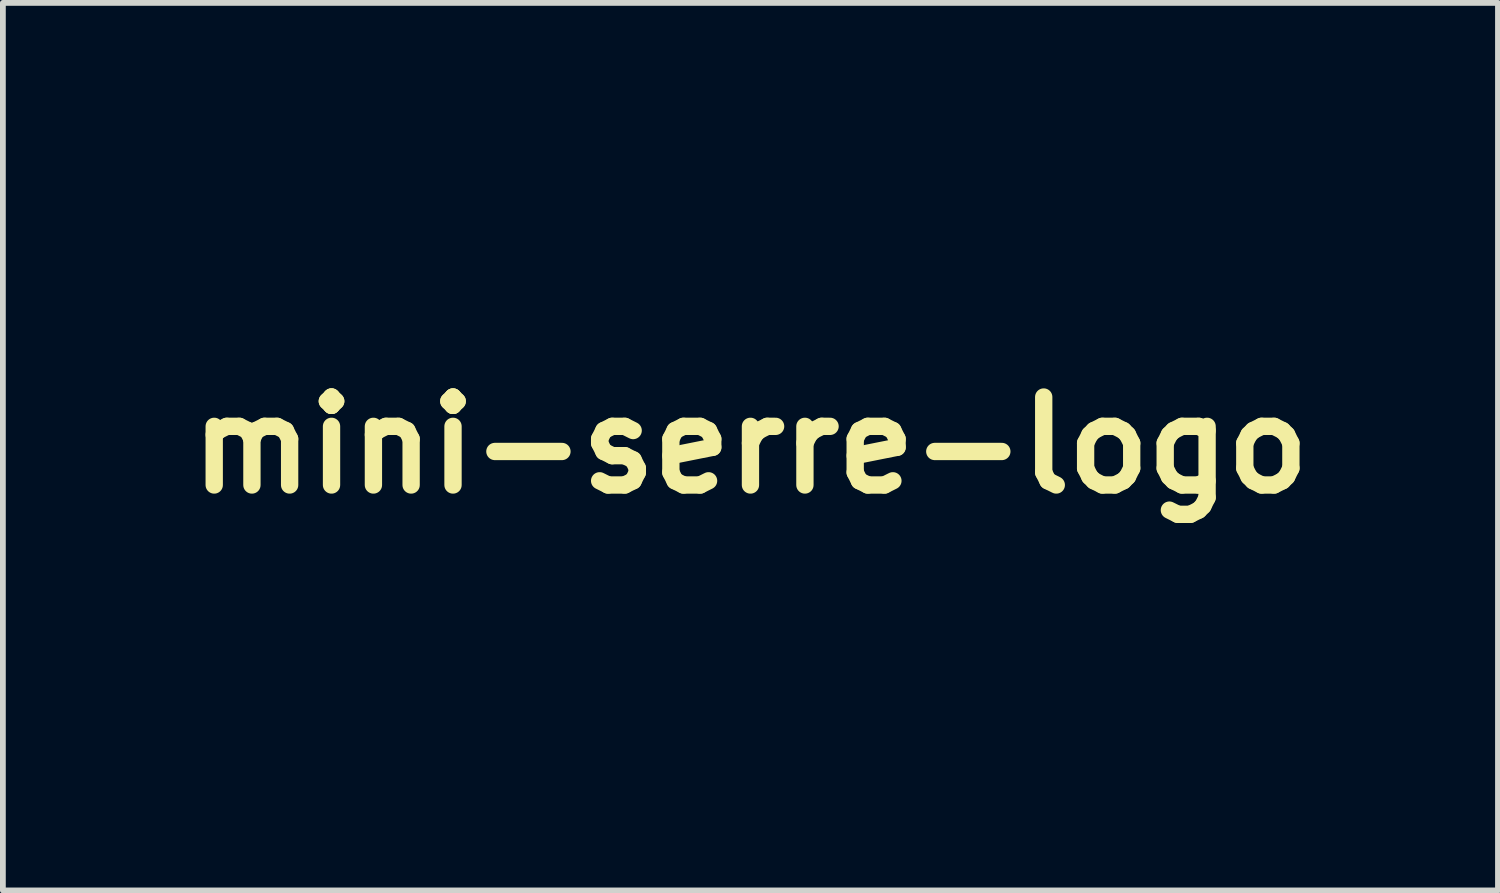
<source format=kicad_pcb>
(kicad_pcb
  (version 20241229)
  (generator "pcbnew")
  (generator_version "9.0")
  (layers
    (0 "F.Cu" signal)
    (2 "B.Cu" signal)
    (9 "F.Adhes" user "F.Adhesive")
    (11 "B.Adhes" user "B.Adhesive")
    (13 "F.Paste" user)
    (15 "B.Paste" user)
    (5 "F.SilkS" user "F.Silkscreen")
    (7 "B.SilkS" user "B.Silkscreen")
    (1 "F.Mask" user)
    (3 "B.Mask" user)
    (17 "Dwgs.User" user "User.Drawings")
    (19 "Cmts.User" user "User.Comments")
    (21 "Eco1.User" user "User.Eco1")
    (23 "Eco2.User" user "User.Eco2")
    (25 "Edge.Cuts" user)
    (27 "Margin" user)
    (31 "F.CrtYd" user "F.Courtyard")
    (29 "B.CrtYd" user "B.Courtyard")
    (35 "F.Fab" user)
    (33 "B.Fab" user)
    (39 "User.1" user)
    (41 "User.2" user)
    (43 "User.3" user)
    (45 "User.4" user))
  (footprint "mini-serre-logo"
    (layer "F.Cu")
    (at 9.95 4.662)
    (property "Reference" "mini-serre-logo" (at 0 0 0) (layer "F.SilkS") (effects (font (size 1.524 1.524) (thickness 0.3))))
    (attr through_hole)
    (fp_poly (pts (xy 2.18 0.064) (xy 1.905 0.064) (xy 1.905 -0.169) (xy 1.968 -0.169) (xy 1.968 0) (xy 2.138 0) (xy 2.138 -0.169) (xy 1.968 -0.169) (xy 1.905 -0.169) (xy 1.905 -0.212) (xy 2.18 -0.212) (xy 2.18 0.064)) (stroke (width 0.01) (type solid)) (fill yes) (layer "F.Mask"))
    (fp_poly (pts (xy -2.831 3.73) (xy -2.699 3.736) (xy -2.692 3.868) (xy -2.686 4) (xy -2.963 4) (xy -2.963 3.789) (xy -2.921 3.789) (xy -2.921 3.958) (xy -2.752 3.958) (xy -2.752 3.789) (xy -2.921 3.789) (xy -2.963 3.789) (xy -2.963 3.723) (xy -2.831 3.73)) (stroke (width 0.01) (type solid)) (fill yes) (layer "F.Mask"))
    (fp_poly (pts (xy 2.9 2.032) (xy 2.625 2.032) (xy 2.625 1.884) (xy 2.688 1.884) (xy 2.69 1.938) (xy 2.704 1.962) (xy 2.74 1.968) (xy 2.762 1.968) (xy 2.81 1.966) (xy 2.831 1.95) (xy 2.836 1.909) (xy 2.836 1.884) (xy 2.834 1.83) (xy 2.82 1.806) (xy 2.784 1.799) (xy 2.762 1.799) (xy 2.715 1.802) (xy 2.694 1.818) (xy 2.688 1.859) (xy 2.688 1.884) (xy 2.625 1.884) (xy 2.625 1.757) (xy 2.9 1.757) (xy 2.9 2.032)) (stroke (width 0.01) (type solid)) (fill yes) (layer "F.Mask"))
    (fp_poly (pts (xy 3.45 -2.944) (xy 3.561 -2.938) (xy 3.672 -2.932) (xy 3.679 -2.799) (xy 3.685 -2.667) (xy 3.45 -2.667) (xy 3.45 -2.434) (xy 3.175 -2.434) (xy 3.175 -2.646) (xy 3.239 -2.646) (xy 3.239 -2.477) (xy 3.408 -2.477) (xy 3.408 -2.646) (xy 3.239 -2.646) (xy 3.175 -2.646) (xy 2.963 -2.646) (xy 2.963 -2.879) (xy 3.006 -2.879) (xy 3.006 -2.709) (xy 3.175 -2.709) (xy 3.175 -2.879) (xy 3.239 -2.879) (xy 3.239 -2.709) (xy 3.408 -2.709) (xy 3.408 -2.879) (xy 3.45 -2.879) (xy 3.45 -2.709) (xy 3.619 -2.709) (xy 3.619 -2.879) (xy 3.45 -2.879) (xy 3.408 -2.879) (xy 3.239 -2.879) (xy 3.175 -2.879) (xy 3.006 -2.879) (xy 2.963 -2.879) (xy 2.963 -2.921) (xy 3.175 -2.921) (xy 3.175 -3.111) (xy 3.239 -3.111) (xy 3.239 -2.942) (xy 3.408 -2.942) (xy 3.408 -3.111) (xy 3.239 -3.111) (xy 3.175 -3.111) (xy 3.175 -3.154) (xy 3.45 -3.154) (xy 3.45 -2.944)) (stroke (width 0.01) (type solid)) (fill yes) (layer "F.Mask"))
    (fp_poly (pts (xy -2.9 -1.503) (xy -2.667 -1.503) (xy -2.667 -1.228) (xy -2.9 -1.228) (xy -2.9 -0.995) (xy -3.023 -0.995) (xy -3.092 -0.997) (xy -3.143 -1.003) (xy -3.161 -1.009) (xy -3.169 -1.037) (xy -3.174 -1.092) (xy -3.175 -1.125) (xy -3.175 -1.228) (xy -3.111 -1.228) (xy -3.111 -1.058) (xy -2.942 -1.058) (xy -2.942 -1.228) (xy -3.111 -1.228) (xy -3.175 -1.228) (xy -3.387 -1.228) (xy -3.387 -1.439) (xy -3.344 -1.439) (xy -3.344 -1.27) (xy -3.175 -1.27) (xy -3.175 -1.439) (xy -3.344 -1.439) (xy -3.387 -1.439) (xy -3.387 -1.46) (xy -3.111 -1.46) (xy -3.111 -1.291) (xy -2.942 -1.291) (xy -2.942 -1.46) (xy -2.9 -1.46) (xy -2.9 -1.291) (xy -2.731 -1.291) (xy -2.731 -1.46) (xy -2.9 -1.46) (xy -2.942 -1.46) (xy -3.111 -1.46) (xy -3.387 -1.46) (xy -3.387 -1.503) (xy -3.175 -1.503) (xy -3.175 -1.672) (xy -3.111 -1.672) (xy -3.111 -1.5) (xy -3.032 -1.507) (xy -2.98 -1.515) (xy -2.956 -1.535) (xy -2.947 -1.582) (xy -2.946 -1.593) (xy -2.94 -1.672) (xy -3.111 -1.672) (xy -3.175 -1.672) (xy -3.175 -1.736) (xy -2.9 -1.736) (xy -2.9 -1.503)) (stroke (width 0.01) (type solid)) (fill yes) (layer "F.Mask"))
    (fp_poly (pts (xy -2.477 -4.445) (xy -2.244 -4.445) (xy -2.244 -4.17) (xy -2.477 -4.17) (xy -2.477 -3.937) (xy -2.752 -3.937) (xy -2.752 -4.149) (xy -2.688 -4.149) (xy -2.688 -3.979) (xy -2.519 -3.979) (xy -2.519 -4.149) (xy -2.688 -4.149) (xy -2.752 -4.149) (xy -2.963 -4.149) (xy -2.963 -4.381) (xy -2.921 -4.381) (xy -2.921 -4.212) (xy -2.752 -4.212) (xy -2.752 -4.381) (xy -2.688 -4.381) (xy -2.688 -4.212) (xy -2.519 -4.212) (xy -2.519 -4.311) (xy -2.477 -4.311) (xy -2.472 -4.251) (xy -2.45 -4.221) (xy -2.401 -4.213) (xy -2.378 -4.212) (xy -2.333 -4.215) (xy -2.312 -4.231) (xy -2.307 -4.274) (xy -2.307 -4.297) (xy -2.307 -4.381) (xy -2.392 -4.381) (xy -2.446 -4.379) (xy -2.47 -4.365) (xy -2.476 -4.33) (xy -2.477 -4.311) (xy -2.519 -4.311) (xy -2.519 -4.381) (xy -2.688 -4.381) (xy -2.752 -4.381) (xy -2.921 -4.381) (xy -2.963 -4.381) (xy -2.963 -4.424) (xy -2.752 -4.424) (xy -2.752 -4.614) (xy -2.688 -4.614) (xy -2.688 -4.445) (xy -2.519 -4.445) (xy -2.519 -4.614) (xy -2.688 -4.614) (xy -2.752 -4.614) (xy -2.752 -4.657) (xy -2.477 -4.657) (xy -2.477 -4.445)) (stroke (width 0.01) (type solid)) (fill yes) (layer "F.Mask"))
    (fp_poly (pts (xy -2.143 3.376) (xy -2.108 3.41) (xy -2.052 3.467) (xy -1.974 3.551) (xy -1.874 3.663) (xy -1.748 3.804) (xy -1.67 3.893) (xy -1.587 3.982) (xy -1.495 4.072) (xy -1.407 4.15) (xy -1.366 4.184) (xy -1.185 4.3) (xy -0.969 4.401) (xy -0.725 4.487) (xy -0.458 4.555) (xy -0.174 4.606) (xy 0.123 4.639) (xy 0.425 4.652) (xy 0.727 4.646) (xy 1.025 4.618) (xy 1.311 4.569) (xy 1.629 4.486) (xy 1.941 4.376) (xy 2.239 4.243) (xy 2.517 4.09) (xy 2.766 3.921) (xy 2.924 3.791) (xy 3.003 3.724) (xy 3.057 3.69) (xy 3.084 3.686) (xy 3.087 3.712) (xy 3.065 3.744) (xy 3.014 3.795) (xy 2.941 3.86) (xy 2.852 3.932) (xy 2.752 4.008) (xy 2.649 4.081) (xy 2.636 4.089) (xy 2.37 4.248) (xy 2.074 4.39) (xy 1.758 4.511) (xy 1.445 4.603) (xy 1.26 4.641) (xy 1.045 4.672) (xy 0.812 4.694) (xy 0.572 4.706) (xy 0.338 4.709) (xy 0.122 4.7) (xy 0.095 4.698) (xy -0.121 4.674) (xy -0.345 4.638) (xy -0.56 4.593) (xy -0.751 4.543) (xy -0.77 4.537) (xy -0.959 4.473) (xy -1.121 4.406) (xy -1.264 4.331) (xy -1.396 4.242) (xy -1.525 4.134) (xy -1.658 4.001) (xy -1.804 3.838) (xy -1.828 3.81) (xy -1.904 3.722) (xy -1.98 3.635) (xy -2.047 3.56) (xy -2.09 3.514) (xy -2.148 3.446) (xy -2.177 3.397) (xy -2.176 3.37) (xy -2.161 3.365) (xy -2.143 3.376)) (stroke (width 0.01) (type solid)) (fill yes) (layer "F.Mask"))
    (fp_poly (pts (xy -3.747 2.349) (xy -3.535 2.349) (xy -3.535 2.625) (xy -3.747 2.625) (xy -3.747 2.857) (xy -4.022 2.857) (xy -4.022 2.731) (xy -3.958 2.731) (xy -3.956 2.785) (xy -3.942 2.809) (xy -3.906 2.815) (xy -3.884 2.815) (xy -3.837 2.813) (xy -3.816 2.797) (xy -3.81 2.755) (xy -3.81 2.731) (xy -3.812 2.676) (xy -3.826 2.652) (xy -3.862 2.646) (xy -3.884 2.646) (xy -3.932 2.648) (xy -3.953 2.664) (xy -3.958 2.706) (xy -3.958 2.731) (xy -4.022 2.731) (xy -4.022 2.646) (xy -4.23 2.646) (xy -4.242 2.413) (xy -4.191 2.413) (xy -4.191 2.582) (xy -4.022 2.582) (xy -4.022 2.498) (xy -3.958 2.498) (xy -3.956 2.552) (xy -3.942 2.576) (xy -3.906 2.582) (xy -3.884 2.582) (xy -3.837 2.58) (xy -3.816 2.564) (xy -3.81 2.523) (xy -3.81 2.498) (xy -3.812 2.443) (xy -3.826 2.419) (xy -3.862 2.413) (xy -3.884 2.413) (xy -3.747 2.413) (xy -3.747 2.582) (xy -3.577 2.582) (xy -3.577 2.413) (xy -3.747 2.413) (xy -3.884 2.413) (xy -3.932 2.416) (xy -3.953 2.431) (xy -3.958 2.473) (xy -3.958 2.498) (xy -4.022 2.498) (xy -4.022 2.413) (xy -4.191 2.413) (xy -4.242 2.413) (xy -4.244 2.371) (xy -4.133 2.371) (xy -4.022 2.371) (xy -4.022 2.265) (xy -3.958 2.265) (xy -3.956 2.319) (xy -3.942 2.343) (xy -3.906 2.349) (xy -3.884 2.349) (xy -3.837 2.347) (xy -3.816 2.331) (xy -3.81 2.29) (xy -3.81 2.265) (xy -3.812 2.211) (xy -3.826 2.187) (xy -3.862 2.18) (xy -3.884 2.18) (xy -3.932 2.183) (xy -3.953 2.199) (xy -3.958 2.24) (xy -3.958 2.265) (xy -4.022 2.265) (xy -4.022 2.138) (xy -3.747 2.138) (xy -3.747 2.349)) (stroke (width 0.01) (type solid)) (fill yes) (layer "F.Mask"))
    (fp_poly (pts (xy 0.86 -2.227) (xy 0.904 -2.182) (xy 0.968 -2.112) (xy 1.049 -2.02) (xy 1.143 -1.912) (xy 1.247 -1.791) (xy 1.358 -1.661) (xy 1.472 -1.525) (xy 1.586 -1.388) (xy 1.696 -1.254) (xy 1.8 -1.127) (xy 1.895 -1.011) (xy 1.975 -0.909) (xy 2.04 -0.826) (xy 2.084 -0.765) (xy 2.105 -0.731) (xy 2.106 -0.727) (xy 2.089 -0.711) (xy 2.037 -0.682) (xy 1.949 -0.639) (xy 1.826 -0.583) (xy 1.665 -0.512) (xy 1.466 -0.427) (xy 1.228 -0.326) (xy 1.228 -0.326) (xy 1.046 -0.25) (xy 0.877 -0.18) (xy 0.724 -0.116) (xy 0.591 -0.06) (xy 0.481 -0.015) (xy 0.4 0.018) (xy 0.351 0.037) (xy 0.337 0.042) (xy 0.321 0.027) (xy 0.281 -0.019) (xy 0.22 -0.09) (xy 0.139 -0.184) (xy 0.043 -0.298) (xy -0.067 -0.428) (xy -0.187 -0.571) (xy -0.296 -0.702) (xy -0.423 -0.855) (xy -0.542 -0.999) (xy -0.65 -1.131) (xy -0.744 -1.247) (xy -0.821 -1.343) (xy -0.879 -1.417) (xy -0.915 -1.465) (xy -0.918 -1.471) (xy -0.822 -1.471) (xy -0.81 -1.451) (xy -0.774 -1.403) (xy -0.717 -1.33) (xy -0.643 -1.238) (xy -0.555 -1.129) (xy -0.457 -1.008) (xy -0.351 -0.88) (xy -0.242 -0.748) (xy -0.133 -0.616) (xy -0.027 -0.488) (xy 0.073 -0.369) (xy 0.164 -0.262) (xy 0.241 -0.172) (xy 0.301 -0.103) (xy 0.342 -0.058) (xy 0.359 -0.042) (xy 0.359 -0.042) (xy 0.381 -0.05) (xy 0.439 -0.073) (xy 0.527 -0.109) (xy 0.641 -0.156) (xy 0.778 -0.212) (xy 0.933 -0.277) (xy 1.102 -0.347) (xy 1.188 -0.383) (xy 1.362 -0.456) (xy 1.525 -0.525) (xy 1.671 -0.586) (xy 1.796 -0.639) (xy 1.898 -0.682) (xy 1.97 -0.713) (xy 2.009 -0.73) (xy 2.015 -0.733) (xy 2.007 -0.751) (xy 1.974 -0.798) (xy 1.92 -0.868) (xy 1.848 -0.958) (xy 1.761 -1.064) (xy 1.664 -1.183) (xy 1.558 -1.31) (xy 1.449 -1.44) (xy 1.338 -1.572) (xy 1.229 -1.699) (xy 1.126 -1.819) (xy 1.031 -1.927) (xy 0.949 -2.019) (xy 0.882 -2.093) (xy 0.835 -2.142) (xy 0.809 -2.164) (xy 0.806 -2.165) (xy 0.776 -2.156) (xy 0.712 -2.132) (xy 0.621 -2.095) (xy 0.508 -2.049) (xy 0.377 -1.995) (xy 0.233 -1.934) (xy 0.081 -1.87) (xy -0.074 -1.805) (xy -0.226 -1.739) (xy -0.372 -1.676) (xy -0.505 -1.618) (xy -0.621 -1.567) (xy -0.716 -1.524) (xy -0.783 -1.493) (xy -0.818 -1.475) (xy -0.822 -1.471) (xy -0.918 -1.471) (xy -0.925 -1.482) (xy -0.92 -1.518) (xy -0.907 -1.529) (xy -0.882 -1.54) (xy -0.822 -1.565) (xy -0.731 -1.602) (xy -0.614 -1.651) (xy -0.475 -1.71) (xy -0.317 -1.776) (xy -0.146 -1.848) (xy -0.04 -1.892) (xy 0.138 -1.966) (xy 0.306 -2.035) (xy 0.458 -2.097) (xy 0.59 -2.15) (xy 0.698 -2.193) (xy 0.779 -2.223) (xy 0.827 -2.24) (xy 0.839 -2.243) (xy 0.86 -2.227)) (stroke (width 0.01) (type solid)) (fill yes) (layer "F.Mask"))
    (fp_poly (pts (xy -1.365 0.705) (xy -1.264 0.718) (xy -1.167 0.739) (xy -1.082 0.767) (xy -1.017 0.797) (xy -0.982 0.827) (xy -0.978 0.843) (xy -0.997 0.868) (xy -1.047 0.881) (xy -1.08 0.884) (xy -1.176 0.891) (xy -1.282 0.904) (xy -1.385 0.919) (xy -1.475 0.935) (xy -1.539 0.951) (xy -1.558 0.957) (xy -1.609 0.997) (xy -1.622 1.048) (xy -1.596 1.101) (xy -1.592 1.106) (xy -1.569 1.126) (xy -1.543 1.137) (xy -1.505 1.14) (xy -1.444 1.135) (xy -1.351 1.125) (xy -1.351 1.125) (xy -1.24 1.113) (xy -1.123 1.102) (xy -1.02 1.095) (xy -1 1.095) (xy -0.92 1.093) (xy -0.874 1.096) (xy -0.852 1.106) (xy -0.847 1.125) (xy -0.847 1.125) (xy -0.865 1.165) (xy -0.916 1.213) (xy -0.989 1.263) (xy -1.077 1.311) (xy -1.171 1.351) (xy -1.238 1.372) (xy -1.407 1.4) (xy -1.584 1.404) (xy -1.681 1.395) (xy -1.778 1.373) (xy -1.881 1.336) (xy -1.983 1.289) (xy -2.076 1.237) (xy -2.152 1.183) (xy -2.204 1.132) (xy -2.223 1.09) (xy -2.22 1.084) (xy -2.148 1.084) (xy -2.075 1.145) (xy -2.02 1.186) (xy -1.954 1.227) (xy -1.888 1.263) (xy -1.836 1.286) (xy -1.816 1.291) (xy -1.808 1.272) (xy -1.801 1.22) (xy -1.798 1.18) (xy -1.758 1.18) (xy -1.755 1.247) (xy -1.745 1.299) (xy -1.73 1.319) (xy -1.673 1.334) (xy -1.641 1.317) (xy -1.636 1.291) (xy -1.566 1.291) (xy -1.561 1.336) (xy -1.538 1.352) (xy -1.508 1.352) (xy -1.442 1.345) (xy -1.386 1.333) (xy -1.347 1.322) (xy -1.337 1.315) (xy -1.338 1.315) (xy -1.365 1.306) (xy -1.417 1.287) (xy -1.46 1.27) (xy -1.566 1.228) (xy -1.566 1.291) (xy -1.636 1.291) (xy -1.631 1.264) (xy -1.631 1.254) (xy -1.636 1.213) (xy -1.401 1.213) (xy -1.366 1.234) (xy -1.333 1.249) (xy -1.268 1.274) (xy -1.226 1.286) (xy -1.192 1.283) (xy -1.15 1.268) (xy -1.126 1.257) (xy -1.048 1.223) (xy -1.131 1.194) (xy -1.239 1.175) (xy -1.358 1.188) (xy -1.397 1.199) (xy -1.401 1.213) (xy -1.636 1.213) (xy -1.639 1.19) (xy -1.652 1.158) (xy -1.024 1.158) (xy -0.995 1.161) (xy -0.965 1.157) (xy -0.968 1.15) (xy -1.012 1.147) (xy -1.021 1.15) (xy -1.024 1.158) (xy -1.652 1.158) (xy -1.659 1.138) (xy -1.662 1.134) (xy -1.687 1.079) (xy -1.693 1.041) (xy -1.697 1.006) (xy -1.714 1.008) (xy -1.725 1.016) (xy -1.743 1.05) (xy -1.754 1.109) (xy -1.758 1.18) (xy -1.798 1.18) (xy -1.796 1.147) (xy -1.795 1.129) (xy -1.791 1.044) (xy -1.781 0.991) (xy -1.758 0.958) (xy -1.715 0.934) (xy -1.644 0.91) (xy -1.641 0.91) (xy -1.576 0.886) (xy -1.493 0.851) (xy -1.429 0.822) (xy -1.423 0.819) (xy -1.214 0.819) (xy -1.185 0.822) (xy -1.155 0.819) (xy -1.159 0.811) (xy -1.202 0.809) (xy -1.212 0.811) (xy -1.214 0.819) (xy -1.423 0.819) (xy -1.302 0.762) (xy -1.487 0.77) (xy -1.59 0.777) (xy -1.669 0.791) (xy -1.744 0.816) (xy -1.826 0.852) (xy -1.913 0.899) (xy -1.997 0.953) (xy -2.061 1.003) (xy -2.064 1.005) (xy -2.148 1.084) (xy -2.22 1.084) (xy -2.206 1.054) (xy -2.162 1.003) (xy -2.099 0.944) (xy -2.025 0.885) (xy -1.948 0.833) (xy -1.895 0.804) (xy -1.704 0.733) (xy -1.501 0.703) (xy -1.365 0.705)) (stroke (width 0.01) (type solid)) (fill yes) (layer "F.Mask"))
    (fp_poly (pts (xy -0.356 -2.961) (xy -0.188 -2.959) (xy -0.043 -2.955) (xy 0.084 -2.949) (xy 0.195 -2.941) (xy 0.295 -2.931) (xy 0.389 -2.918) (xy 0.479 -2.902) (xy 0.57 -2.884) (xy 0.644 -2.868) (xy 0.971 -2.773) (xy 1.293 -2.638) (xy 1.605 -2.466) (xy 1.904 -2.258) (xy 2.067 -2.123) (xy 2.123 -2.071) (xy 2.164 -2.026) (xy 2.18 -1.997) (xy 2.18 -1.997) (xy 2.196 -1.971) (xy 2.207 -1.968) (xy 2.238 -1.952) (xy 2.289 -1.907) (xy 2.356 -1.839) (xy 2.433 -1.754) (xy 2.515 -1.656) (xy 2.599 -1.553) (xy 2.678 -1.449) (xy 2.746 -1.352) (xy 2.953 -1.013) (xy 3.133 -0.652) (xy 3.285 -0.264) (xy 3.412 0.151) (xy 3.515 0.596) (xy 3.592 1.069) (xy 3.603 1.161) (xy 3.612 1.259) (xy 3.618 1.37) (xy 3.623 1.498) (xy 3.627 1.65) (xy 3.629 1.832) (xy 3.629 2.05) (xy 3.629 2.074) (xy 3.629 2.274) (xy 3.629 2.437) (xy 3.627 2.568) (xy 3.625 2.671) (xy 3.621 2.752) (xy 3.616 2.815) (xy 3.609 2.866) (xy 3.6 2.91) (xy 3.591 2.942) (xy 3.509 3.167) (xy 3.392 3.374) (xy 3.313 3.482) (xy 3.239 3.569) (xy 3.184 3.621) (xy 3.148 3.639) (xy 3.133 3.622) (xy 3.133 3.614) (xy 3.147 3.578) (xy 3.178 3.543) (xy 3.23 3.487) (xy 3.292 3.405) (xy 3.357 3.31) (xy 3.415 3.214) (xy 3.457 3.131) (xy 3.458 3.13) (xy 3.503 3.013) (xy 3.538 2.886) (xy 3.563 2.743) (xy 3.58 2.575) (xy 3.591 2.374) (xy 3.593 2.328) (xy 3.592 1.815) (xy 3.561 1.317) (xy 3.499 0.836) (xy 3.407 0.375) (xy 3.286 -0.064) (xy 3.136 -0.478) (xy 2.957 -0.864) (xy 2.752 -1.221) (xy 2.72 -1.27) (xy 2.621 -1.411) (xy 2.512 -1.556) (xy 2.399 -1.697) (xy 2.288 -1.826) (xy 2.185 -1.935) (xy 2.098 -2.016) (xy 2.093 -2.021) (xy 1.84 -2.221) (xy 1.603 -2.388) (xy 1.373 -2.527) (xy 1.144 -2.64) (xy 0.907 -2.731) (xy 0.657 -2.803) (xy 0.385 -2.861) (xy 0.317 -2.873) (xy 0.263 -2.882) (xy 0.206 -2.889) (xy 0.143 -2.894) (xy 0.069 -2.899) (xy -0.02 -2.902) (xy -0.128 -2.905) (xy -0.258 -2.906) (xy -0.416 -2.907) (xy -0.605 -2.907) (xy -0.829 -2.907) (xy -1.005 -2.906) (xy -1.353 -2.904) (xy -1.662 -2.901) (xy -1.934 -2.897) (xy -2.173 -2.892) (xy -2.382 -2.885) (xy -2.563 -2.876) (xy -2.719 -2.865) (xy -2.854 -2.851) (xy -2.971 -2.835) (xy -3.072 -2.816) (xy -3.16 -2.794) (xy -3.24 -2.769) (xy -3.312 -2.74) (xy -3.36 -2.718) (xy -3.532 -2.616) (xy -3.697 -2.483) (xy -3.841 -2.33) (xy -3.85 -2.318) (xy -4 -2.101) (xy -4.121 -1.863) (xy -4.212 -1.603) (xy -4.274 -1.317) (xy -4.308 -1.005) (xy -4.314 -0.664) (xy -4.296 -0.328) (xy -4.248 0.115) (xy -4.179 0.523) (xy -4.089 0.898) (xy -3.977 1.241) (xy -3.842 1.557) (xy -3.683 1.845) (xy -3.501 2.11) (xy -3.429 2.2) (xy -3.379 2.262) (xy -3.341 2.314) (xy -3.324 2.346) (xy -3.323 2.349) (xy -3.306 2.368) (xy -3.292 2.371) (xy -3.255 2.387) (xy -3.245 2.399) (xy -3.224 2.42) (xy -3.175 2.464) (xy -3.104 2.525) (xy -3.017 2.598) (xy -2.918 2.68) (xy -2.91 2.686) (xy -2.773 2.799) (xy -2.643 2.909) (xy -2.523 3.013) (xy -2.419 3.106) (xy -2.332 3.185) (xy -2.269 3.247) (xy -2.231 3.288) (xy -2.223 3.304) (xy -2.235 3.323) (xy -2.271 3.312) (xy -2.322 3.274) (xy -2.337 3.26) (xy -2.383 3.217) (xy -2.432 3.172) (xy -2.49 3.122) (xy -2.561 3.061) (xy -2.65 2.986) (xy -2.763 2.893) (xy -2.873 2.803) (xy -2.975 2.718) (xy -3.068 2.638) (xy -3.146 2.57) (xy -3.204 2.518) (xy -3.235 2.487) (xy -3.236 2.486) (xy -3.271 2.449) (xy -3.3 2.434) (xy -3.322 2.423) (xy -3.323 2.418) (xy -3.337 2.396) (xy -3.373 2.352) (xy -3.424 2.295) (xy -3.435 2.283) (xy -3.618 2.062) (xy -3.783 1.805) (xy -3.929 1.515) (xy -4.056 1.196) (xy -4.163 0.85) (xy -4.247 0.481) (xy -4.31 0.091) (xy -4.349 -0.315) (xy -4.363 -0.736) (xy -4.363 -0.751) (xy -4.361 -0.971) (xy -4.351 -1.159) (xy -4.333 -1.325) (xy -4.305 -1.48) (xy -4.267 -1.633) (xy -4.263 -1.648) (xy -4.171 -1.908) (xy -4.051 -2.144) (xy -3.907 -2.353) (xy -3.741 -2.531) (xy -3.555 -2.676) (xy -3.421 -2.752) (xy -3.35 -2.786) (xy -3.281 -2.815) (xy -3.213 -2.841) (xy -3.14 -2.863) (xy -3.06 -2.881) (xy -2.969 -2.897) (xy -2.864 -2.91) (xy -2.741 -2.92) (xy -2.598 -2.929) (xy -2.43 -2.936) (xy -2.234 -2.942) (xy -2.008 -2.947) (xy -1.747 -2.951) (xy -1.449 -2.954) (xy -1.333 -2.956) (xy -1.035 -2.959) (xy -0.776 -2.961) (xy -0.551 -2.962) (xy -0.356 -2.961)) (stroke (width 0.01) (type solid)) (fill yes) (layer "F.Mask"))
    (fp_poly (pts (xy 0.902 -2.447) (xy 0.924 -2.435) (xy 0.951 -2.412) (xy 0.988 -2.377) (xy 1.036 -2.327) (xy 1.097 -2.259) (xy 1.174 -2.17) (xy 1.269 -2.059) (xy 1.384 -1.922) (xy 1.521 -1.757) (xy 1.66 -1.59) (xy 1.834 -1.381) (xy 1.984 -1.197) (xy 2.111 -1.04) (xy 2.214 -0.91) (xy 2.292 -0.809) (xy 2.343 -0.738) (xy 2.368 -0.697) (xy 2.371 -0.689) (xy 2.359 -0.636) (xy 2.344 -0.61) (xy 2.32 -0.594) (xy 2.26 -0.565) (xy 2.17 -0.523) (xy 2.053 -0.471) (xy 1.913 -0.411) (xy 1.756 -0.343) (xy 1.585 -0.271) (xy 1.492 -0.232) (xy 1.317 -0.159) (xy 1.154 -0.091) (xy 1.008 -0.03) (xy 0.882 0.023) (xy 0.781 0.065) (xy 0.709 0.095) (xy 0.67 0.112) (xy 0.664 0.114) (xy 0.661 0.135) (xy 0.657 0.185) (xy 0.653 0.241) (xy 0.646 0.366) (xy 1.393 0.616) (xy 1.564 0.673) (xy 1.722 0.727) (xy 1.864 0.776) (xy 1.984 0.819) (xy 2.079 0.853) (xy 2.142 0.877) (xy 2.171 0.89) (xy 2.171 0.89) (xy 2.178 0.917) (xy 2.184 0.98) (xy 2.189 1.077) (xy 2.194 1.201) (xy 2.198 1.348) (xy 2.201 1.513) (xy 2.203 1.691) (xy 2.204 1.877) (xy 2.204 2.067) (xy 2.204 2.255) (xy 2.203 2.437) (xy 2.201 2.608) (xy 2.198 2.762) (xy 2.194 2.896) (xy 2.19 3.004) (xy 2.184 3.081) (xy 2.178 3.123) (xy 2.175 3.128) (xy 2.152 3.139) (xy 2.093 3.163) (xy 2.005 3.199) (xy 1.89 3.244) (xy 1.754 3.298) (xy 1.601 3.358) (xy 1.436 3.422) (xy 1.263 3.489) (xy 1.087 3.558) (xy 0.912 3.625) (xy 0.744 3.69) (xy 0.585 3.751) (xy 0.442 3.805) (xy 0.318 3.852) (xy 0.218 3.89) (xy 0.147 3.916) (xy 0.109 3.929) (xy 0.106 3.93) (xy 0.077 3.925) (xy 0.015 3.907) (xy -0.072 3.877) (xy -0.18 3.839) (xy -0.3 3.795) (xy -0.309 3.791) (xy -0.431 3.745) (xy -0.542 3.701) (xy -0.634 3.665) (xy -0.702 3.637) (xy -0.737 3.622) (xy -0.737 3.621) (xy -0.751 3.613) (xy -0.761 3.602) (xy -0.769 3.582) (xy -0.774 3.548) (xy -0.776 3.497) (xy -0.777 3.422) (xy -0.775 3.319) (xy -0.772 3.183) (xy -0.769 3.042) (xy -0.765 2.857) (xy -0.763 2.708) (xy -0.764 2.592) (xy -0.769 2.501) (xy -0.778 2.431) (xy -0.792 2.377) (xy -0.812 2.333) (xy -0.837 2.294) (xy -0.862 2.264) (xy -0.916 2.211) (xy -0.976 2.169) (xy -0.98 2.166) (xy -1.026 2.146) (xy -1.055 2.149) (xy -1.087 2.181) (xy -1.091 2.186) (xy -1.105 2.204) (xy -1.116 2.226) (xy -1.125 2.257) (xy -1.131 2.302) (xy -1.137 2.366) (xy -1.141 2.456) (xy -1.146 2.575) (xy -1.151 2.73) (xy -1.152 2.786) (xy -1.157 2.974) (xy -1.163 3.123) (xy -1.172 3.237) (xy -1.186 3.318) (xy -1.208 3.371) (xy -1.241 3.399) (xy -1.288 3.405) (xy -1.35 3.392) (xy -1.431 3.365) (xy -1.533 3.326) (xy -1.556 3.317) (xy -1.789 3.228) (xy -1.794 2.441) (xy -1.8 1.658) (xy -1.757 1.658) (xy -1.757 2.403) (xy -1.756 2.613) (xy -1.755 2.783) (xy -1.753 2.918) (xy -1.75 3.02) (xy -1.746 3.093) (xy -1.741 3.14) (xy -1.734 3.165) (xy -1.73 3.17) (xy -1.7 3.185) (xy -1.64 3.211) (xy -1.559 3.244) (xy -1.486 3.271) (xy -1.38 3.308) (xy -1.308 3.329) (xy -1.263 3.334) (xy -1.245 3.328) (xy -1.237 3.298) (xy -1.229 3.227) (xy -1.222 3.117) (xy -1.215 2.967) (xy -1.21 2.78) (xy -1.209 2.745) (xy -1.205 2.575) (xy -1.201 2.442) (xy -1.197 2.341) (xy -1.192 2.268) (xy -1.186 2.216) (xy -1.178 2.181) (xy -1.168 2.158) (xy -1.156 2.141) (xy -1.156 2.14) (xy -1.098 2.105) (xy -1.021 2.095) (xy -0.94 2.112) (xy -0.887 2.139) (xy -0.84 2.184) (xy -0.79 2.247) (xy -0.767 2.282) (xy -0.709 2.381) (xy -0.709 3.566) (xy -0.318 3.717) (xy -0.196 3.764) (xy -0.086 3.803) (xy 0.005 3.834) (xy 0.07 3.853) (xy 0.104 3.86) (xy 0.106 3.859) (xy 0.131 3.85) (xy 0.193 3.827) (xy 0.285 3.792) (xy 0.406 3.746) (xy 0.55 3.691) (xy 0.715 3.629) (xy 0.895 3.56) (xy 1.087 3.487) (xy 1.111 3.477) (xy 1.305 3.403) (xy 1.487 3.332) (xy 1.654 3.267) (xy 1.802 3.208) (xy 1.927 3.158) (xy 2.024 3.118) (xy 2.09 3.09) (xy 2.121 3.074) (xy 2.122 3.074) (xy 2.13 3.064) (xy 2.138 3.048) (xy 2.143 3.023) (xy 2.148 2.985) (xy 2.152 2.93) (xy 2.154 2.855) (xy 2.156 2.756) (xy 2.158 2.629) (xy 2.158 2.472) (xy 2.159 2.28) (xy 2.159 2.049) (xy 2.159 2.011) (xy 2.159 1.774) (xy 2.159 1.577) (xy 2.158 1.414) (xy 2.157 1.283) (xy 2.155 1.18) (xy 2.152 1.102) (xy 2.149 1.044) (xy 2.144 1.003) (xy 2.139 0.977) (xy 2.132 0.96) (xy 2.123 0.949) (xy 2.122 0.948) (xy 2.093 0.933) (xy 2.033 0.908) (xy 1.949 0.876) (xy 1.85 0.84) (xy 1.744 0.803) (xy 1.64 0.767) (xy 1.547 0.736) (xy 1.472 0.713) (xy 1.424 0.7) (xy 1.413 0.699) (xy 1.411 0.715) (xy 1.425 0.756) (xy 1.431 0.769) (xy 1.454 0.807) (xy 1.486 0.835) (xy 1.537 0.86) (xy 1.618 0.889) (xy 1.627 0.892) (xy 1.725 0.929) (xy 1.782 0.963) (xy 1.796 0.994) (xy 1.768 1.022) (xy 1.742 1.033) (xy 1.701 1.048) (xy 1.626 1.077) (xy 1.523 1.116) (xy 1.399 1.163) (xy 1.258 1.216) (xy 1.108 1.274) (xy 0.953 1.333) (xy 0.8 1.391) (xy 0.654 1.447) (xy 0.522 1.498) (xy 0.409 1.541) (xy 0.322 1.575) (xy 0.265 1.597) (xy 0.259 1.599) (xy 0.188 1.626) (xy 0.13 1.644) (xy 0.1 1.651) (xy 0.073 1.644) (xy 0.013 1.624) (xy -0.073 1.594) (xy -0.179 1.555) (xy -0.298 1.511) (xy -0.3 1.511) (xy -0.673 1.37) (xy -0.728 1.413) (xy -0.763 1.443) (xy -0.766 1.46) (xy -0.746 1.47) (xy -0.617 1.521) (xy -0.483 1.572) (xy -0.35 1.623) (xy -0.224 1.67) (xy -0.11 1.712) (xy -0.016 1.747) (xy 0.053 1.771) (xy 0.09 1.783) (xy 0.095 1.784) (xy 0.119 1.777) (xy 0.178 1.756) (xy 0.268 1.723) (xy 0.386 1.679) (xy 0.528 1.626) (xy 0.689 1.565) (xy 0.866 1.498) (xy 1.039 1.432) (xy 1.226 1.36) (xy 1.402 1.294) (xy 1.563 1.233) (xy 1.703 1.181) (xy 1.819 1.138) (xy 1.908 1.106) (xy 1.965 1.086) (xy 1.986 1.079) (xy 1.992 1.09) (xy 1.997 1.124) (xy 2.002 1.184) (xy 2.005 1.273) (xy 2.008 1.392) (xy 2.009 1.546) (xy 2.01 1.736) (xy 2.011 1.964) (xy 2.011 2.04) (xy 2.011 3.001) (xy 1.953 3.024) (xy 1.85 3.064) (xy 1.723 3.114) (xy 1.578 3.169) (xy 1.42 3.23) (xy 1.252 3.294) (xy 1.079 3.359) (xy 0.907 3.424) (xy 0.739 3.487) (xy 0.58 3.546) (xy 0.436 3.6) (xy 0.31 3.646) (xy 0.208 3.683) (xy 0.133 3.71) (xy 0.092 3.724) (xy 0.085 3.725) (xy 0.055 3.718) (xy -0.006 3.699) (xy -0.089 3.67) (xy -0.185 3.635) (xy -0.286 3.598) (xy -0.383 3.561) (xy -0.467 3.528) (xy -0.53 3.501) (xy -0.556 3.489) (xy -0.568 3.48) (xy -0.577 3.465) (xy -0.583 3.437) (xy -0.586 3.392) (xy -0.587 3.325) (xy -0.586 3.231) (xy -0.584 3.104) (xy -0.58 2.957) (xy -0.576 2.795) (xy -0.573 2.669) (xy -0.573 2.573) (xy -0.575 2.501) (xy -0.579 2.448) (xy -0.586 2.405) (xy -0.596 2.369) (xy -0.608 2.336) (xy -0.685 2.187) (xy -0.785 2.072) (xy -0.862 2.017) (xy -0.974 1.971) (xy -1.077 1.964) (xy -1.168 1.998) (xy -1.245 2.071) (xy -1.282 2.131) (xy -1.297 2.164) (xy -1.309 2.2) (xy -1.317 2.247) (xy -1.324 2.311) (xy -1.33 2.397) (xy -1.334 2.512) (xy -1.339 2.663) (xy -1.34 2.688) (xy -1.344 2.825) (xy -1.349 2.947) (xy -1.354 3.049) (xy -1.358 3.123) (xy -1.362 3.164) (xy -1.364 3.17) (xy -1.387 3.169) (xy -1.439 3.155) (xy -1.502 3.133) (xy -1.63 3.085) (xy -1.63 2.381) (xy -1.63 1.677) (xy -1.663 1.672) (xy -1.566 1.672) (xy -1.566 3.039) (xy -1.496 3.065) (xy -1.446 3.082) (xy -1.415 3.09) (xy -1.413 3.09) (xy -1.409 3.07) (xy -1.405 3.014) (xy -1.401 2.927) (xy -1.397 2.816) (xy -1.394 2.688) (xy -1.393 2.63) (xy -1.391 2.476) (xy -1.388 2.359) (xy -1.384 2.271) (xy -1.378 2.207) (xy -1.37 2.16) (xy -1.36 2.123) (xy -1.346 2.092) (xy -1.342 2.085) (xy -1.273 1.989) (xy -1.183 1.93) (xy -1.071 1.906) (xy -1.044 1.905) (xy -0.913 1.925) (xy -0.791 1.984) (xy -0.683 2.078) (xy -0.594 2.202) (xy -0.567 2.254) (xy -0.552 2.288) (xy -0.541 2.322) (xy -0.532 2.361) (xy -0.526 2.41) (xy -0.522 2.477) (xy -0.52 2.566) (xy -0.519 2.684) (xy -0.519 2.837) (xy -0.519 2.899) (xy -0.519 3.438) (xy -0.233 3.548) (xy -0.129 3.587) (xy -0.039 3.62) (xy 0.029 3.645) (xy 0.069 3.658) (xy 0.076 3.66) (xy 0.099 3.653) (xy 0.159 3.632) (xy 0.25 3.599) (xy 0.368 3.555) (xy 0.51 3.502) (xy 0.672 3.441) (xy 0.849 3.374) (xy 1.028 3.306) (xy 1.958 2.95) (xy 1.963 2.049) (xy 1.969 1.148) (xy 1.064 1.494) (xy 0.876 1.566) (xy 0.699 1.632) (xy 0.537 1.692) (xy 0.393 1.744) (xy 0.273 1.786) (xy 0.18 1.817) (xy 0.118 1.836) (xy 0.095 1.841) (xy 0.057 1.834) (xy -0.014 1.813) (xy -0.11 1.781) (xy -0.226 1.74) (xy -0.354 1.693) (xy -0.407 1.673) (xy -0.845 1.504) (xy -0.957 1.556) (xy -1.124 1.619) (xy -1.294 1.659) (xy -1.444 1.672) (xy -1.566 1.672) (xy -1.663 1.672) (xy -1.757 1.658) (xy -1.8 1.658) (xy -1.8 1.654) (xy -1.932 1.61) (xy -2.098 1.537) (xy -2.261 1.433) (xy -2.409 1.304) (xy -2.43 1.283) (xy -2.498 1.204) (xy -2.533 1.139) (xy -2.534 1.125) (xy -2.487 1.125) (xy -2.339 1.266) (xy -2.166 1.408) (xy -1.984 1.514) (xy -1.818 1.575) (xy -1.703 1.596) (xy -1.564 1.605) (xy -1.42 1.604) (xy -1.289 1.591) (xy -1.221 1.577) (xy -1.024 1.505) (xy -0.84 1.396) (xy -0.741 1.313) (xy -0.598 1.313) (xy -0.596 1.316) (xy -0.573 1.329) (xy -0.517 1.352) (xy -0.438 1.385) (xy -0.344 1.423) (xy -0.242 1.462) (xy -0.141 1.501) (xy -0.048 1.536) (xy 0.027 1.564) (xy 0.078 1.581) (xy 0.095 1.586) (xy 0.126 1.578) (xy 0.179 1.558) (xy 0.201 1.548) (xy 0.285 1.511) (xy 0.19 1.455) (xy 0.015 1.364) (xy -0.175 1.284) (xy -0.348 1.227) (xy -0.508 1.183) (xy -0.559 1.242) (xy -0.589 1.284) (xy -0.598 1.313) (xy -0.741 1.313) (xy -0.682 1.263) (xy -0.528 1.114) (xy -0.378 1.15) (xy -0.166 1.214) (xy 0.05 1.302) (xy 0.233 1.397) (xy 0.378 1.482) (xy 0.573 1.405) (xy 0.537 1.377) (xy 0.65 1.377) (xy 0.75 1.338) (xy 0.807 1.313) (xy 0.844 1.283) (xy 0.852 1.27) (xy 0.931 1.27) (xy 1.041 1.228) (xy 1.105 1.2) (xy 1.152 1.173) (xy 1.168 1.16) (xy 1.176 1.12) (xy 1.171 1.063) (xy 1.157 1.01) (xy 1.145 0.99) (xy 1.122 0.992) (xy 1.085 1.022) (xy 1.041 1.069) (xy 1 1.126) (xy 0.967 1.183) (xy 0.964 1.191) (xy 0.931 1.27) (xy 0.852 1.27) (xy 0.873 1.237) (xy 0.901 1.173) (xy 0.941 1.093) (xy 0.995 1.016) (xy 1.054 0.95) (xy 1.11 0.905) (xy 1.153 0.889) (xy 1.186 0.908) (xy 1.212 0.96) (xy 1.226 1.034) (xy 1.228 1.07) (xy 1.231 1.117) (xy 1.245 1.138) (xy 1.28 1.136) (xy 1.344 1.113) (xy 1.356 1.108) (xy 1.41 1.084) (xy 1.433 1.061) (xy 1.436 1.025) (xy 1.432 1.001) (xy 1.417 0.947) (xy 1.485 0.947) (xy 1.495 0.99) (xy 1.511 1.024) (xy 1.539 1.034) (xy 1.591 1.02) (xy 1.619 1.008) (xy 1.683 0.981) (xy 1.582 0.947) (xy 1.52 0.927) (xy 1.491 0.926) (xy 1.485 0.947) (xy 1.417 0.947) (xy 1.414 0.934) (xy 1.381 0.847) (xy 1.34 0.76) (xy 1.3 0.689) (xy 1.288 0.671) (xy 1.269 0.65) (xy 1.247 0.644) (xy 1.209 0.652) (xy 1.145 0.674) (xy 1.138 0.677) (xy 1 0.75) (xy 0.877 0.856) (xy 0.775 0.985) (xy 0.701 1.131) (xy 0.664 1.276) (xy 0.65 1.377) (xy 0.537 1.377) (xy 0.403 1.273) (xy 0.332 1.215) (xy 0.275 1.164) (xy 0.24 1.127) (xy 0.234 1.115) (xy 0.329 1.115) (xy 0.331 1.121) (xy 0.356 1.141) (xy 0.404 1.179) (xy 0.465 1.227) (xy 0.526 1.273) (xy 0.563 1.295) (xy 0.583 1.296) (xy 0.595 1.279) (xy 0.596 1.277) (xy 0.61 1.225) (xy 0.612 1.202) (xy 0.628 1.127) (xy 0.665 1.035) (xy 0.718 0.938) (xy 0.779 0.85) (xy 0.795 0.831) (xy 0.848 0.765) (xy 0.87 0.724) (xy 0.864 0.709) (xy 0.745 0.668) (xy 0.654 0.64) (xy 0.595 0.627) (xy 0.571 0.629) (xy 0.555 0.659) (xy 0.533 0.709) (xy 0.529 0.72) (xy 0.504 0.773) (xy 0.465 0.848) (xy 0.418 0.93) (xy 0.407 0.949) (xy 0.366 1.021) (xy 0.339 1.08) (xy 0.329 1.115) (xy 0.234 1.115) (xy 0.233 1.113) (xy 0.244 1.081) (xy 0.273 1.027) (xy 0.31 0.971) (xy 0.385 0.845) (xy 0.455 0.703) (xy 0.514 0.555) (xy 0.53 0.505) (xy 0.609 0.505) (xy 0.61 0.53) (xy 0.626 0.55) (xy 0.664 0.57) (xy 0.731 0.595) (xy 0.783 0.613) (xy 0.872 0.643) (xy 0.931 0.662) (xy 0.968 0.67) (xy 0.995 0.668) (xy 1.02 0.657) (xy 1.054 0.639) (xy 1.057 0.637) (xy 1.13 0.598) (xy 0.883 0.517) (xy 0.788 0.487) (xy 0.708 0.463) (xy 0.651 0.449) (xy 0.626 0.447) (xy 0.626 0.447) (xy 0.615 0.474) (xy 0.609 0.505) (xy 0.53 0.505) (xy 0.559 0.412) (xy 0.586 0.285) (xy 0.593 0.209) (xy 0.593 0.149) (xy 0.493 0.188) (xy 0.394 0.227) (xy 0.35 0.405) (xy 0.321 0.504) (xy 0.283 0.605) (xy 0.239 0.7) (xy 0.196 0.781) (xy 0.155 0.838) (xy 0.123 0.863) (xy 0.122 0.864) (xy 0.103 0.858) (xy 0.086 0.831) (xy 0.07 0.779) (xy 0.054 0.698) (xy 0.037 0.585) (xy 0.027 0.503) (xy 0.089 0.503) (xy 0.094 0.545) (xy 0.11 0.638) (xy 0.121 0.696) (xy 0.131 0.723) (xy 0.14 0.727) (xy 0.153 0.713) (xy 0.162 0.701) (xy 0.191 0.651) (xy 0.221 0.589) (xy 0.224 0.582) (xy 0.242 0.533) (xy 0.24 0.508) (xy 0.214 0.492) (xy 0.2 0.486) (xy 0.134 0.466) (xy 0.099 0.47) (xy 0.089 0.503) (xy 0.027 0.503) (xy 0.019 0.436) (xy 0.005 0.316) (xy 0.064 0.316) (xy 0.069 0.357) (xy 0.093 0.383) (xy 0.146 0.407) (xy 0.153 0.409) (xy 0.218 0.432) (xy 0.254 0.44) (xy 0.271 0.435) (xy 0.281 0.416) (xy 0.283 0.411) (xy 0.295 0.361) (xy 0.278 0.327) (xy 0.229 0.299) (xy 0.197 0.288) (xy 0.126 0.265) (xy 0.086 0.258) (xy 0.068 0.268) (xy 0.064 0.299) (xy 0.064 0.316) (xy 0.005 0.316) (xy 0.002 0.282) (xy -0.015 0.138) (xy -0.018 0.111) (xy 0.041 0.111) (xy 0.049 0.147) (xy 0.076 0.173) (xy 0.129 0.198) (xy 0.215 0.226) (xy 0.23 0.231) (xy 0.221 0.217) (xy 0.191 0.179) (xy 0.147 0.125) (xy 0.145 0.123) (xy 0.096 0.066) (xy 0.067 0.039) (xy 0.053 0.038) (xy 0.046 0.06) (xy 0.046 0.06) (xy 0.041 0.111) (xy -0.018 0.111) (xy -0.03 0.029) (xy -0.046 -0.053) (xy -0.066 -0.114) (xy -0.092 -0.161) (xy -0.126 -0.202) (xy -0.164 -0.239) (xy -0.198 -0.263) (xy -0.221 -0.257) (xy -0.23 -0.246) (xy -0.238 -0.225) (xy -0.242 -0.185) (xy -0.24 -0.119) (xy -0.233 -0.024) (xy -0.221 0.105) (xy -0.212 0.2) (xy -0.196 0.34) (xy -0.18 0.477) (xy -0.163 0.601) (xy -0.148 0.702) (xy -0.136 0.767) (xy -0.12 0.863) (xy -0.118 0.92) (xy -0.135 0.941) (xy -0.171 0.926) (xy -0.229 0.876) (xy -0.281 0.823) (xy -0.416 0.661) (xy -0.326 0.661) (xy -0.303 0.695) (xy -0.276 0.727) (xy -0.235 0.772) (xy -0.208 0.8) (xy -0.202 0.804) (xy -0.203 0.786) (xy -0.21 0.738) (xy -0.218 0.699) (xy -0.233 0.631) (xy -0.249 0.6) (xy -0.272 0.599) (xy -0.305 0.621) (xy -0.326 0.64) (xy -0.326 0.661) (xy -0.416 0.661) (xy -0.428 0.647) (xy -0.529 0.478) (xy -0.439 0.478) (xy -0.438 0.501) (xy -0.423 0.531) (xy -0.399 0.563) (xy -0.367 0.569) (xy -0.315 0.55) (xy -0.308 0.547) (xy -0.265 0.512) (xy -0.254 0.462) (xy -0.255 0.423) (xy -0.265 0.407) (xy -0.293 0.411) (xy -0.349 0.432) (xy -0.359 0.436) (xy -0.415 0.46) (xy -0.439 0.478) (xy -0.529 0.478) (xy -0.536 0.466) (xy -0.612 0.27) (xy -0.658 0.052) (xy -0.658 0.048) (xy -0.671 -0.154) (xy -0.669 -0.179) (xy -0.609 -0.179) (xy -0.595 0.042) (xy -0.545 0.257) (xy -0.527 0.309) (xy -0.485 0.419) (xy -0.38 0.375) (xy -0.319 0.347) (xy -0.288 0.322) (xy -0.277 0.289) (xy -0.275 0.248) (xy -0.278 0.19) (xy -0.284 0.105) (xy -0.294 0.007) (xy -0.299 -0.034) (xy -0.309 -0.13) (xy -0.313 -0.195) (xy -0.309 -0.238) (xy -0.297 -0.27) (xy -0.288 -0.285) (xy -0.264 -0.325) (xy -0.254 -0.347) (xy -0.267 -0.366) (xy -0.301 -0.41) (xy -0.35 -0.471) (xy -0.381 -0.508) (xy -0.508 -0.66) (xy -0.531 -0.6) (xy -0.588 -0.396) (xy -0.609 -0.179) (xy -0.669 -0.179) (xy -0.656 -0.36) (xy -0.614 -0.551) (xy -0.605 -0.58) (xy -0.557 -0.721) (xy -0.625 -0.799) (xy -0.693 -0.877) (xy -0.739 -0.786) (xy -0.805 -0.622) (xy -0.849 -0.431) (xy -0.871 -0.228) (xy -0.87 -0.023) (xy -0.844 0.171) (xy -0.829 0.236) (xy -0.784 0.372) (xy -0.72 0.523) (xy -0.645 0.669) (xy -0.599 0.746) (xy -0.576 0.796) (xy -0.585 0.826) (xy -0.611 0.829) (xy -0.657 0.804) (xy -0.708 0.765) (xy -0.863 0.655) (xy -1.028 0.575) (xy -1.177 0.529) (xy -1.319 0.499) (xy -1.445 0.489) (xy -1.575 0.499) (xy -1.683 0.519) (xy -1.844 0.567) (xy -2.004 0.642) (xy -2.155 0.737) (xy -2.288 0.846) (xy -2.394 0.964) (xy -2.445 1.044) (xy -2.487 1.125) (xy -2.534 1.125) (xy -2.536 1.076) (xy -2.507 1.006) (xy -2.447 0.918) (xy -2.445 0.915) (xy -2.299 0.754) (xy -2.127 0.624) (xy -1.936 0.527) (xy -1.73 0.462) (xy -1.515 0.433) (xy -1.297 0.441) (xy -1.081 0.486) (xy -0.979 0.522) (xy -0.906 0.547) (xy -0.85 0.56) (xy -0.824 0.557) (xy -0.822 0.53) (xy -0.832 0.471) (xy -0.854 0.393) (xy -0.861 0.37) (xy -0.897 0.227) (xy -0.92 0.058) (xy -0.93 -0.123) (xy -0.927 -0.301) (xy -0.911 -0.462) (xy -0.893 -0.55) (xy -0.873 -0.626) (xy -0.86 -0.683) (xy -0.854 -0.711) (xy -0.854 -0.713) (xy -0.874 -0.706) (xy -0.927 -0.685) (xy -1.01 -0.652) (xy -1.116 -0.609) (xy -1.241 -0.558) (xy -1.376 -0.502) (xy -1.554 -0.43) (xy -1.699 -0.373) (xy -1.813 -0.331) (xy -1.903 -0.304) (xy -1.972 -0.29) (xy -2.025 -0.288) (xy -2.067 -0.298) (xy -2.102 -0.318) (xy -2.132 -0.344) (xy -2.172 -0.396) (xy -2.189 -0.455) (xy -2.19 -0.48) (xy -2.127 -0.48) (xy -2.099 -0.416) (xy -2.047 -0.368) (xy -2.031 -0.359) (xy -2.011 -0.353) (xy -1.986 -0.352) (xy -1.953 -0.357) (xy -1.907 -0.369) (xy -1.842 -0.391) (xy -1.755 -0.424) (xy -1.641 -0.469) (xy -1.495 -0.528) (xy -1.39 -0.571) (xy -1.224 -0.639) (xy -1.092 -0.694) (xy -0.991 -0.737) (xy -0.916 -0.771) (xy -0.863 -0.798) (xy -0.826 -0.821) (xy -0.802 -0.841) (xy -0.787 -0.861) (xy -0.775 -0.883) (xy -0.775 -0.883) (xy -0.754 -0.931) (xy -0.745 -0.96) (xy -0.745 -0.962) (xy -0.766 -0.955) (xy -0.82 -0.934) (xy -0.904 -0.901) (xy -1.013 -0.857) (xy -1.142 -0.804) (xy -1.286 -0.745) (xy -1.355 -0.717) (xy -1.505 -0.655) (xy -1.642 -0.599) (xy -1.762 -0.55) (xy -1.86 -0.511) (xy -1.93 -0.483) (xy -1.968 -0.468) (xy -1.974 -0.467) (xy -1.987 -0.483) (xy -1.99 -0.505) (xy -1.975 -0.528) (xy -1.934 -0.576) (xy -1.894 -0.619) (xy -1.778 -0.619) (xy -1.749 -0.63) (xy -1.688 -0.655) (xy -1.6 -0.69) (xy -1.493 -0.734) (xy -1.373 -0.783) (xy -1.355 -0.79) (xy -1.229 -0.841) (xy -1.112 -0.889) (xy -1.01 -0.931) (xy -0.932 -0.963) (xy -0.885 -0.982) (xy -0.883 -0.983) (xy -0.804 -1.017) (xy -0.935 -1.174) (xy -1.066 -1.331) (xy -1.184 -1.228) (xy -1.243 -1.174) (xy -1.315 -1.106) (xy -1.395 -1.027) (xy -1.479 -0.944) (xy -1.561 -0.861) (xy -1.636 -0.783) (xy -1.701 -0.715) (xy -1.749 -0.661) (xy -1.776 -0.628) (xy -1.778 -0.619) (xy -1.894 -0.619) (xy -1.872 -0.643) (xy -1.793 -0.725) (xy -1.701 -0.818) (xy -1.601 -0.917) (xy -1.498 -1.018) (xy -1.396 -1.117) (xy -1.3 -1.208) (xy -1.214 -1.288) (xy -1.142 -1.352) (xy -1.09 -1.396) (xy -1.062 -1.414) (xy -1.059 -1.415) (xy -1.035 -1.395) (xy -0.993 -1.35) (xy -0.939 -1.288) (xy -0.88 -1.217) (xy -0.821 -1.145) (xy -0.771 -1.079) (xy -0.735 -1.029) (xy -0.72 -1.001) (xy -0.72 -1) (xy -0.703 -0.975) (xy -0.693 -0.972) (xy -0.673 -0.956) (xy -0.63 -0.911) (xy -0.568 -0.843) (xy -0.491 -0.754) (xy -0.403 -0.65) (xy -0.318 -0.547) (xy -0.171 -0.37) (xy -0.05 -0.223) (xy 0.05 -0.104) (xy 0.129 -0.009) (xy 0.192 0.063) (xy 0.239 0.116) (xy 0.274 0.152) (xy 0.298 0.173) (xy 0.314 0.183) (xy 0.324 0.184) (xy 0.325 0.183) (xy 0.349 0.173) (xy 0.408 0.148) (xy 0.498 0.111) (xy 0.613 0.063) (xy 0.751 0.005) (xy 0.906 -0.06) (xy 1.074 -0.13) (xy 1.132 -0.155) (xy 1.375 -0.256) (xy 1.58 -0.343) (xy 1.753 -0.415) (xy 1.896 -0.475) (xy 2.011 -0.524) (xy 2.101 -0.564) (xy 2.171 -0.595) (xy 2.221 -0.619) (xy 2.256 -0.636) (xy 2.278 -0.65) (xy 2.29 -0.66) (xy 2.295 -0.669) (xy 2.297 -0.676) (xy 2.297 -0.68) (xy 2.283 -0.703) (xy 2.246 -0.755) (xy 2.187 -0.832) (xy 2.11 -0.929) (xy 2.019 -1.043) (xy 1.915 -1.17) (xy 1.802 -1.308) (xy 1.684 -1.451) (xy 1.563 -1.596) (xy 1.443 -1.74) (xy 1.326 -1.878) (xy 1.216 -2.007) (xy 1.116 -2.124) (xy 1.029 -2.224) (xy 0.958 -2.304) (xy 0.906 -2.36) (xy 0.876 -2.389) (xy 0.871 -2.392) (xy 0.845 -2.384) (xy 0.784 -2.361) (xy 0.693 -2.325) (xy 0.574 -2.277) (xy 0.432 -2.219) (xy 0.27 -2.153) (xy 0.094 -2.08) (xy -0.094 -2.001) (xy -0.097 -2) (xy -0.284 -1.922) (xy -0.46 -1.849) (xy -0.619 -1.782) (xy -0.76 -1.724) (xy -0.876 -1.676) (xy -0.966 -1.64) (xy -1.024 -1.617) (xy -1.047 -1.609) (xy -1.047 -1.609) (xy -1.067 -1.594) (xy -1.113 -1.554) (xy -1.18 -1.491) (xy -1.263 -1.411) (xy -1.36 -1.318) (xy -1.466 -1.214) (xy -1.576 -1.106) (xy -1.686 -0.996) (xy -1.793 -0.89) (xy -1.891 -0.79) (xy -1.978 -0.702) (xy -2.048 -0.629) (xy -2.097 -0.576) (xy -2.121 -0.546) (xy -2.123 -0.543) (xy -2.127 -0.48) (xy -2.19 -0.48) (xy -2.191 -0.498) (xy -2.191 -0.592) (xy -1.674 -1.109) (xy -1.551 -1.232) (xy -1.436 -1.345) (xy -1.333 -1.446) (xy -1.245 -1.53) (xy -1.176 -1.594) (xy -1.13 -1.635) (xy -1.113 -1.648) (xy -1.085 -1.66) (xy -1.022 -1.687) (xy -0.928 -1.727) (xy -0.807 -1.778) (xy -0.663 -1.839) (xy -0.499 -1.907) (xy -0.321 -1.982) (xy -0.131 -2.061) (xy -0.124 -2.064) (xy 0.117 -2.164) (xy 0.322 -2.248) (xy 0.491 -2.317) (xy 0.629 -2.37) (xy 0.735 -2.41) (xy 0.812 -2.436) (xy 0.862 -2.449) (xy 0.885 -2.452) (xy 0.902 -2.447)) (stroke (width 0.01) (type solid)) (fill yes) (layer "F.Mask")))
  (gr_rect
    (start -3 -3)
    (end 22.899 12.375)
    (stroke (width 0.1) (type default))
    (fill no)
    (layer "Edge.Cuts")))
</source>
